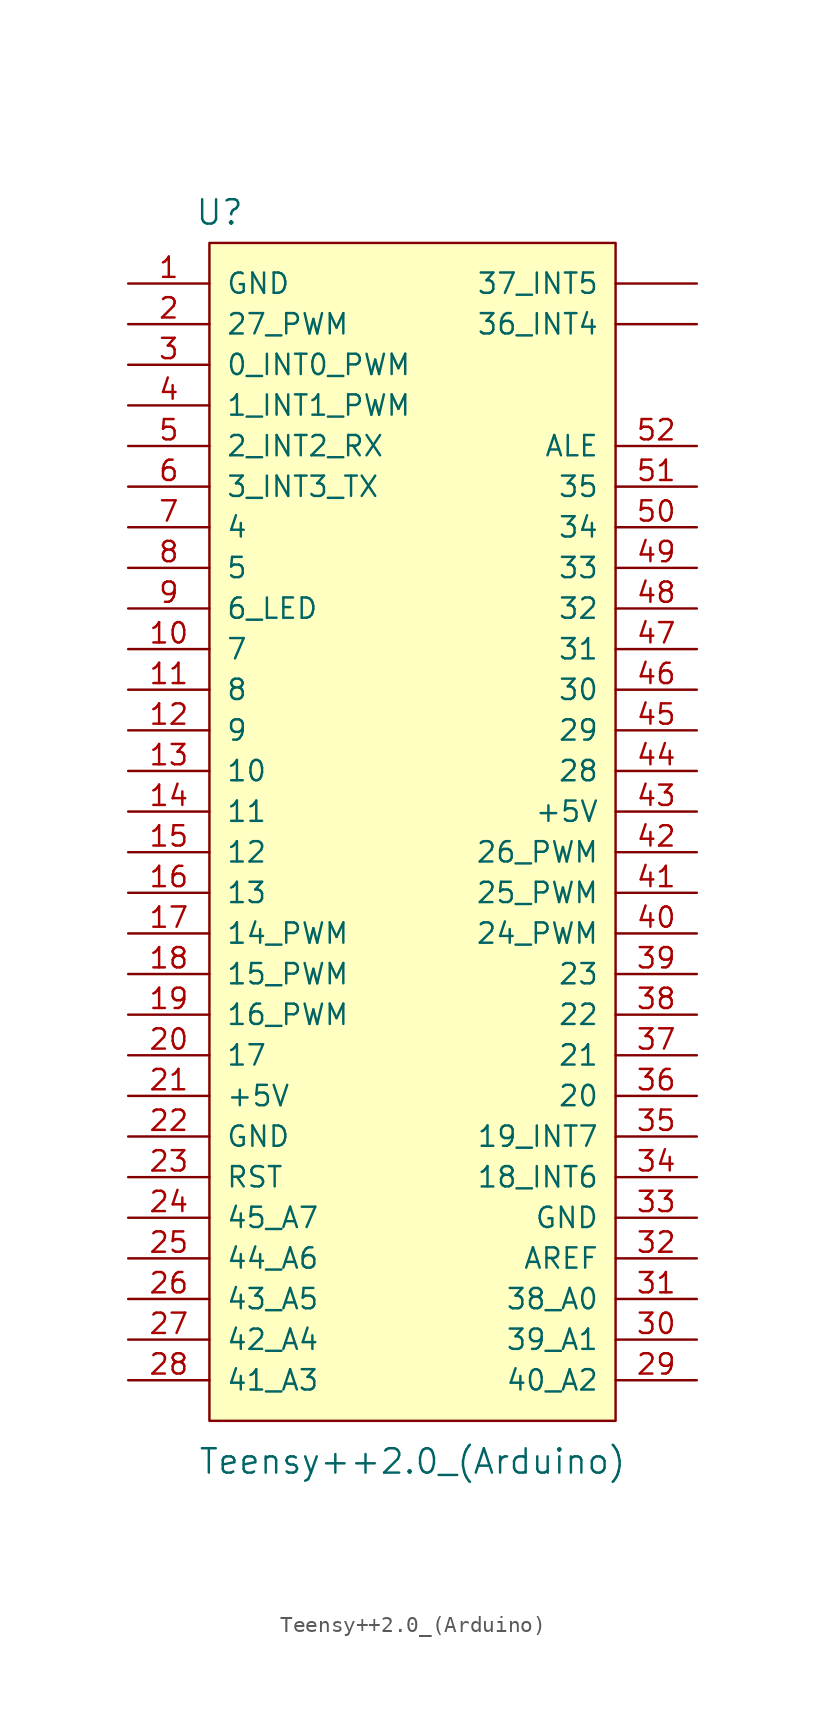
<source format=kicad_sym>
(kicad_symbol_lib
  (version 20211014)
  (generator kicad_symbol_editor)
  (symbol "Teensy++2.0_(Arduino)"
    (pin_names
      (offset 1.016))
    (property "Reference" "U"
      (at -12.065 38.735 0)
      (effects (font (size 1.524 1.524))))
    (property "Value" "Teensy++2.0_(Arduino)"
      (at 0 -39.37 0)
      (effects (font (size 1.524 1.524))))
    (symbol "Teensy++2.0_(Arduino)_0_1"
      (rectangle (start -12.7 36.83) (end 12.7 -36.83) (stroke (width 0) (type default) (color 0 0 0 0)) (fill (type background))))
    (symbol "Teensy++2.0_(Arduino)_1_1"
      (pin power_in line (at -17.78 34.29 0) (length 5.08) (name "GND" (effects (font (size 1.27 1.27)))) (number "1" (effects (font (size 1.27 1.27)))))
      (pin bidirectional line (at -17.78 11.43 0) (length 5.08) (name "7" (effects (font (size 1.27 1.27)))) (number "10" (effects (font (size 1.27 1.27)))))
      (pin bidirectional line (at -17.78 8.89 0) (length 5.08) (name "8" (effects (font (size 1.27 1.27)))) (number "11" (effects (font (size 1.27 1.27)))))
      (pin bidirectional line (at -17.78 6.35 0) (length 5.08) (name "9" (effects (font (size 1.27 1.27)))) (number "12" (effects (font (size 1.27 1.27)))))
      (pin bidirectional line (at -17.78 3.81 0) (length 5.08) (name "10" (effects (font (size 1.27 1.27)))) (number "13" (effects (font (size 1.27 1.27)))))
      (pin bidirectional line (at -17.78 1.27 0) (length 5.08) (name "11" (effects (font (size 1.27 1.27)))) (number "14" (effects (font (size 1.27 1.27)))))
      (pin bidirectional line (at -17.78 -1.27 0) (length 5.08) (name "12" (effects (font (size 1.27 1.27)))) (number "15" (effects (font (size 1.27 1.27)))))
      (pin bidirectional line (at -17.78 -3.81 0) (length 5.08) (name "13" (effects (font (size 1.27 1.27)))) (number "16" (effects (font (size 1.27 1.27)))))
      (pin bidirectional line (at -17.78 -6.35 0) (length 5.08) (name "14_PWM" (effects (font (size 1.27 1.27)))) (number "17" (effects (font (size 1.27 1.27)))))
      (pin bidirectional line (at -17.78 -8.89 0) (length 5.08) (name "15_PWM" (effects (font (size 1.27 1.27)))) (number "18" (effects (font (size 1.27 1.27)))))
      (pin bidirectional line (at -17.78 -11.43 0) (length 5.08) (name "16_PWM" (effects (font (size 1.27 1.27)))) (number "19" (effects (font (size 1.27 1.27)))))
      (pin bidirectional line (at -17.78 31.75 0) (length 5.08) (name "27_PWM" (effects (font (size 1.27 1.27)))) (number "2" (effects (font (size 1.27 1.27)))))
      (pin bidirectional line (at -17.78 -13.97 0) (length 5.08) (name "17" (effects (font (size 1.27 1.27)))) (number "20" (effects (font (size 1.27 1.27)))))
      (pin power_in line (at -17.78 -16.51 0) (length 5.08) (name "+5V" (effects (font (size 1.27 1.27)))) (number "21" (effects (font (size 1.27 1.27)))))
      (pin power_in line (at -17.78 -19.05 0) (length 5.08) (name "GND" (effects (font (size 1.27 1.27)))) (number "22" (effects (font (size 1.27 1.27)))))
      (pin input line (at -17.78 -21.59 0) (length 5.08) (name "RST" (effects (font (size 1.27 1.27)))) (number "23" (effects (font (size 1.27 1.27)))))
      (pin bidirectional line (at -17.78 -24.13 0) (length 5.08) (name "45_A7" (effects (font (size 1.27 1.27)))) (number "24" (effects (font (size 1.27 1.27)))))
      (pin bidirectional line (at -17.78 -26.67 0) (length 5.08) (name "44_A6" (effects (font (size 1.27 1.27)))) (number "25" (effects (font (size 1.27 1.27)))))
      (pin bidirectional line (at -17.78 -29.21 0) (length 5.08) (name "43_A5" (effects (font (size 1.27 1.27)))) (number "26" (effects (font (size 1.27 1.27)))))
      (pin bidirectional line (at -17.78 -31.75 0) (length 5.08) (name "42_A4" (effects (font (size 1.27 1.27)))) (number "27" (effects (font (size 1.27 1.27)))))
      (pin bidirectional line (at -17.78 -34.29 0) (length 5.08) (name "41_A3" (effects (font (size 1.27 1.27)))) (number "28" (effects (font (size 1.27 1.27)))))
      (pin bidirectional line (at 17.78 -34.29 180) (length 5.08) (name "40_A2" (effects (font (size 1.27 1.27)))) (number "29" (effects (font (size 1.27 1.27)))))
      (pin bidirectional line (at -17.78 29.21 0) (length 5.08) (name "0_INT0_PWM" (effects (font (size 1.27 1.27)))) (number "3" (effects (font (size 1.27 1.27)))))
      (pin bidirectional line (at 17.78 -31.75 180) (length 5.08) (name "39_A1" (effects (font (size 1.27 1.27)))) (number "30" (effects (font (size 1.27 1.27)))))
      (pin bidirectional line (at 17.78 -29.21 180) (length 5.08) (name "38_A0" (effects (font (size 1.27 1.27)))) (number "31" (effects (font (size 1.27 1.27)))))
      (pin input line (at 17.78 -26.67 180) (length 5.08) (name "AREF" (effects (font (size 1.27 1.27)))) (number "32" (effects (font (size 1.27 1.27)))))
      (pin power_in line (at 17.78 -24.13 180) (length 5.08) (name "GND" (effects (font (size 1.27 1.27)))) (number "33" (effects (font (size 1.27 1.27)))))
      (pin bidirectional line (at 17.78 -21.59 180) (length 5.08) (name "18_INT6" (effects (font (size 1.27 1.27)))) (number "34" (effects (font (size 1.27 1.27)))))
      (pin bidirectional line (at 17.78 -19.05 180) (length 5.08) (name "19_INT7" (effects (font (size 1.27 1.27)))) (number "35" (effects (font (size 1.27 1.27)))))
      (pin bidirectional line (at 17.78 -16.51 180) (length 5.08) (name "20" (effects (font (size 1.27 1.27)))) (number "36" (effects (font (size 1.27 1.27)))))
      (pin bidirectional line (at 17.78 -13.97 180) (length 5.08) (name "21" (effects (font (size 1.27 1.27)))) (number "37" (effects (font (size 1.27 1.27)))))
      (pin bidirectional line (at 17.78 -11.43 180) (length 5.08) (name "22" (effects (font (size 1.27 1.27)))) (number "38" (effects (font (size 1.27 1.27)))))
      (pin bidirectional line (at 17.78 -8.89 180) (length 5.08) (name "23" (effects (font (size 1.27 1.27)))) (number "39" (effects (font (size 1.27 1.27)))))
      (pin bidirectional line (at -17.78 26.67 0) (length 5.08) (name "1_INT1_PWM" (effects (font (size 1.27 1.27)))) (number "4" (effects (font (size 1.27 1.27)))))
      (pin bidirectional line (at 17.78 -6.35 180) (length 5.08) (name "24_PWM" (effects (font (size 1.27 1.27)))) (number "40" (effects (font (size 1.27 1.27)))))
      (pin bidirectional line (at 17.78 -3.81 180) (length 5.08) (name "25_PWM" (effects (font (size 1.27 1.27)))) (number "41" (effects (font (size 1.27 1.27)))))
      (pin bidirectional line (at 17.78 -1.27 180) (length 5.08) (name "26_PWM" (effects (font (size 1.27 1.27)))) (number "42" (effects (font (size 1.27 1.27)))))
      (pin power_in line (at 17.78 1.27 180) (length 5.08) (name "+5V" (effects (font (size 1.27 1.27)))) (number "43" (effects (font (size 1.27 1.27)))))
      (pin bidirectional line (at 17.78 3.81 180) (length 5.08) (name "28" (effects (font (size 1.27 1.27)))) (number "44" (effects (font (size 1.27 1.27)))))
      (pin bidirectional line (at 17.78 6.35 180) (length 5.08) (name "29" (effects (font (size 1.27 1.27)))) (number "45" (effects (font (size 1.27 1.27)))))
      (pin bidirectional line (at 17.78 8.89 180) (length 5.08) (name "30" (effects (font (size 1.27 1.27)))) (number "46" (effects (font (size 1.27 1.27)))))
      (pin bidirectional line (at 17.78 11.43 180) (length 5.08) (name "31" (effects (font (size 1.27 1.27)))) (number "47" (effects (font (size 1.27 1.27)))))
      (pin bidirectional line (at 17.78 13.97 180) (length 5.08) (name "32" (effects (font (size 1.27 1.27)))) (number "48" (effects (font (size 1.27 1.27)))))
      (pin bidirectional line (at 17.78 16.51 180) (length 5.08) (name "33" (effects (font (size 1.27 1.27)))) (number "49" (effects (font (size 1.27 1.27)))))
      (pin bidirectional line (at -17.78 24.13 0) (length 5.08) (name "2_INT2_RX" (effects (font (size 1.27 1.27)))) (number "5" (effects (font (size 1.27 1.27)))))
      (pin bidirectional line (at 17.78 19.05 180) (length 5.08) (name "34" (effects (font (size 1.27 1.27)))) (number "50" (effects (font (size 1.27 1.27)))))
      (pin bidirectional line (at 17.78 21.59 180) (length 5.08) (name "35" (effects (font (size 1.27 1.27)))) (number "51" (effects (font (size 1.27 1.27)))))
      (pin input line (at 17.78 24.13 180) (length 5.08) (name "ALE" (effects (font (size 1.27 1.27)))) (number "52" (effects (font (size 1.27 1.27)))))
      (pin bidirectional line (at -17.78 21.59 0) (length 5.08) (name "3_INT3_TX" (effects (font (size 1.27 1.27)))) (number "6" (effects (font (size 1.27 1.27)))))
      (pin bidirectional line (at -17.78 19.05 0) (length 5.08) (name "4" (effects (font (size 1.27 1.27)))) (number "7" (effects (font (size 1.27 1.27)))))
      (pin bidirectional line (at -17.78 16.51 0) (length 5.08) (name "5" (effects (font (size 1.27 1.27)))) (number "8" (effects (font (size 1.27 1.27)))))
      (pin bidirectional line (at -17.78 13.97 0) (length 5.08) (name "6_LED" (effects (font (size 1.27 1.27)))) (number "9" (effects (font (size 1.27 1.27)))))
      (pin bidirectional line (at 17.78 31.75 180) (length 5.08) (name "36_INT4" (effects (font (size 1.27 1.27)))) (number "~" (effects (font (size 1.27 1.27)))))
      (pin bidirectional line (at 17.78 34.29 180) (length 5.08) (name "37_INT5" (effects (font (size 1.27 1.27)))) (number "~" (effects (font (size 1.27 1.27))))))))
</source>
